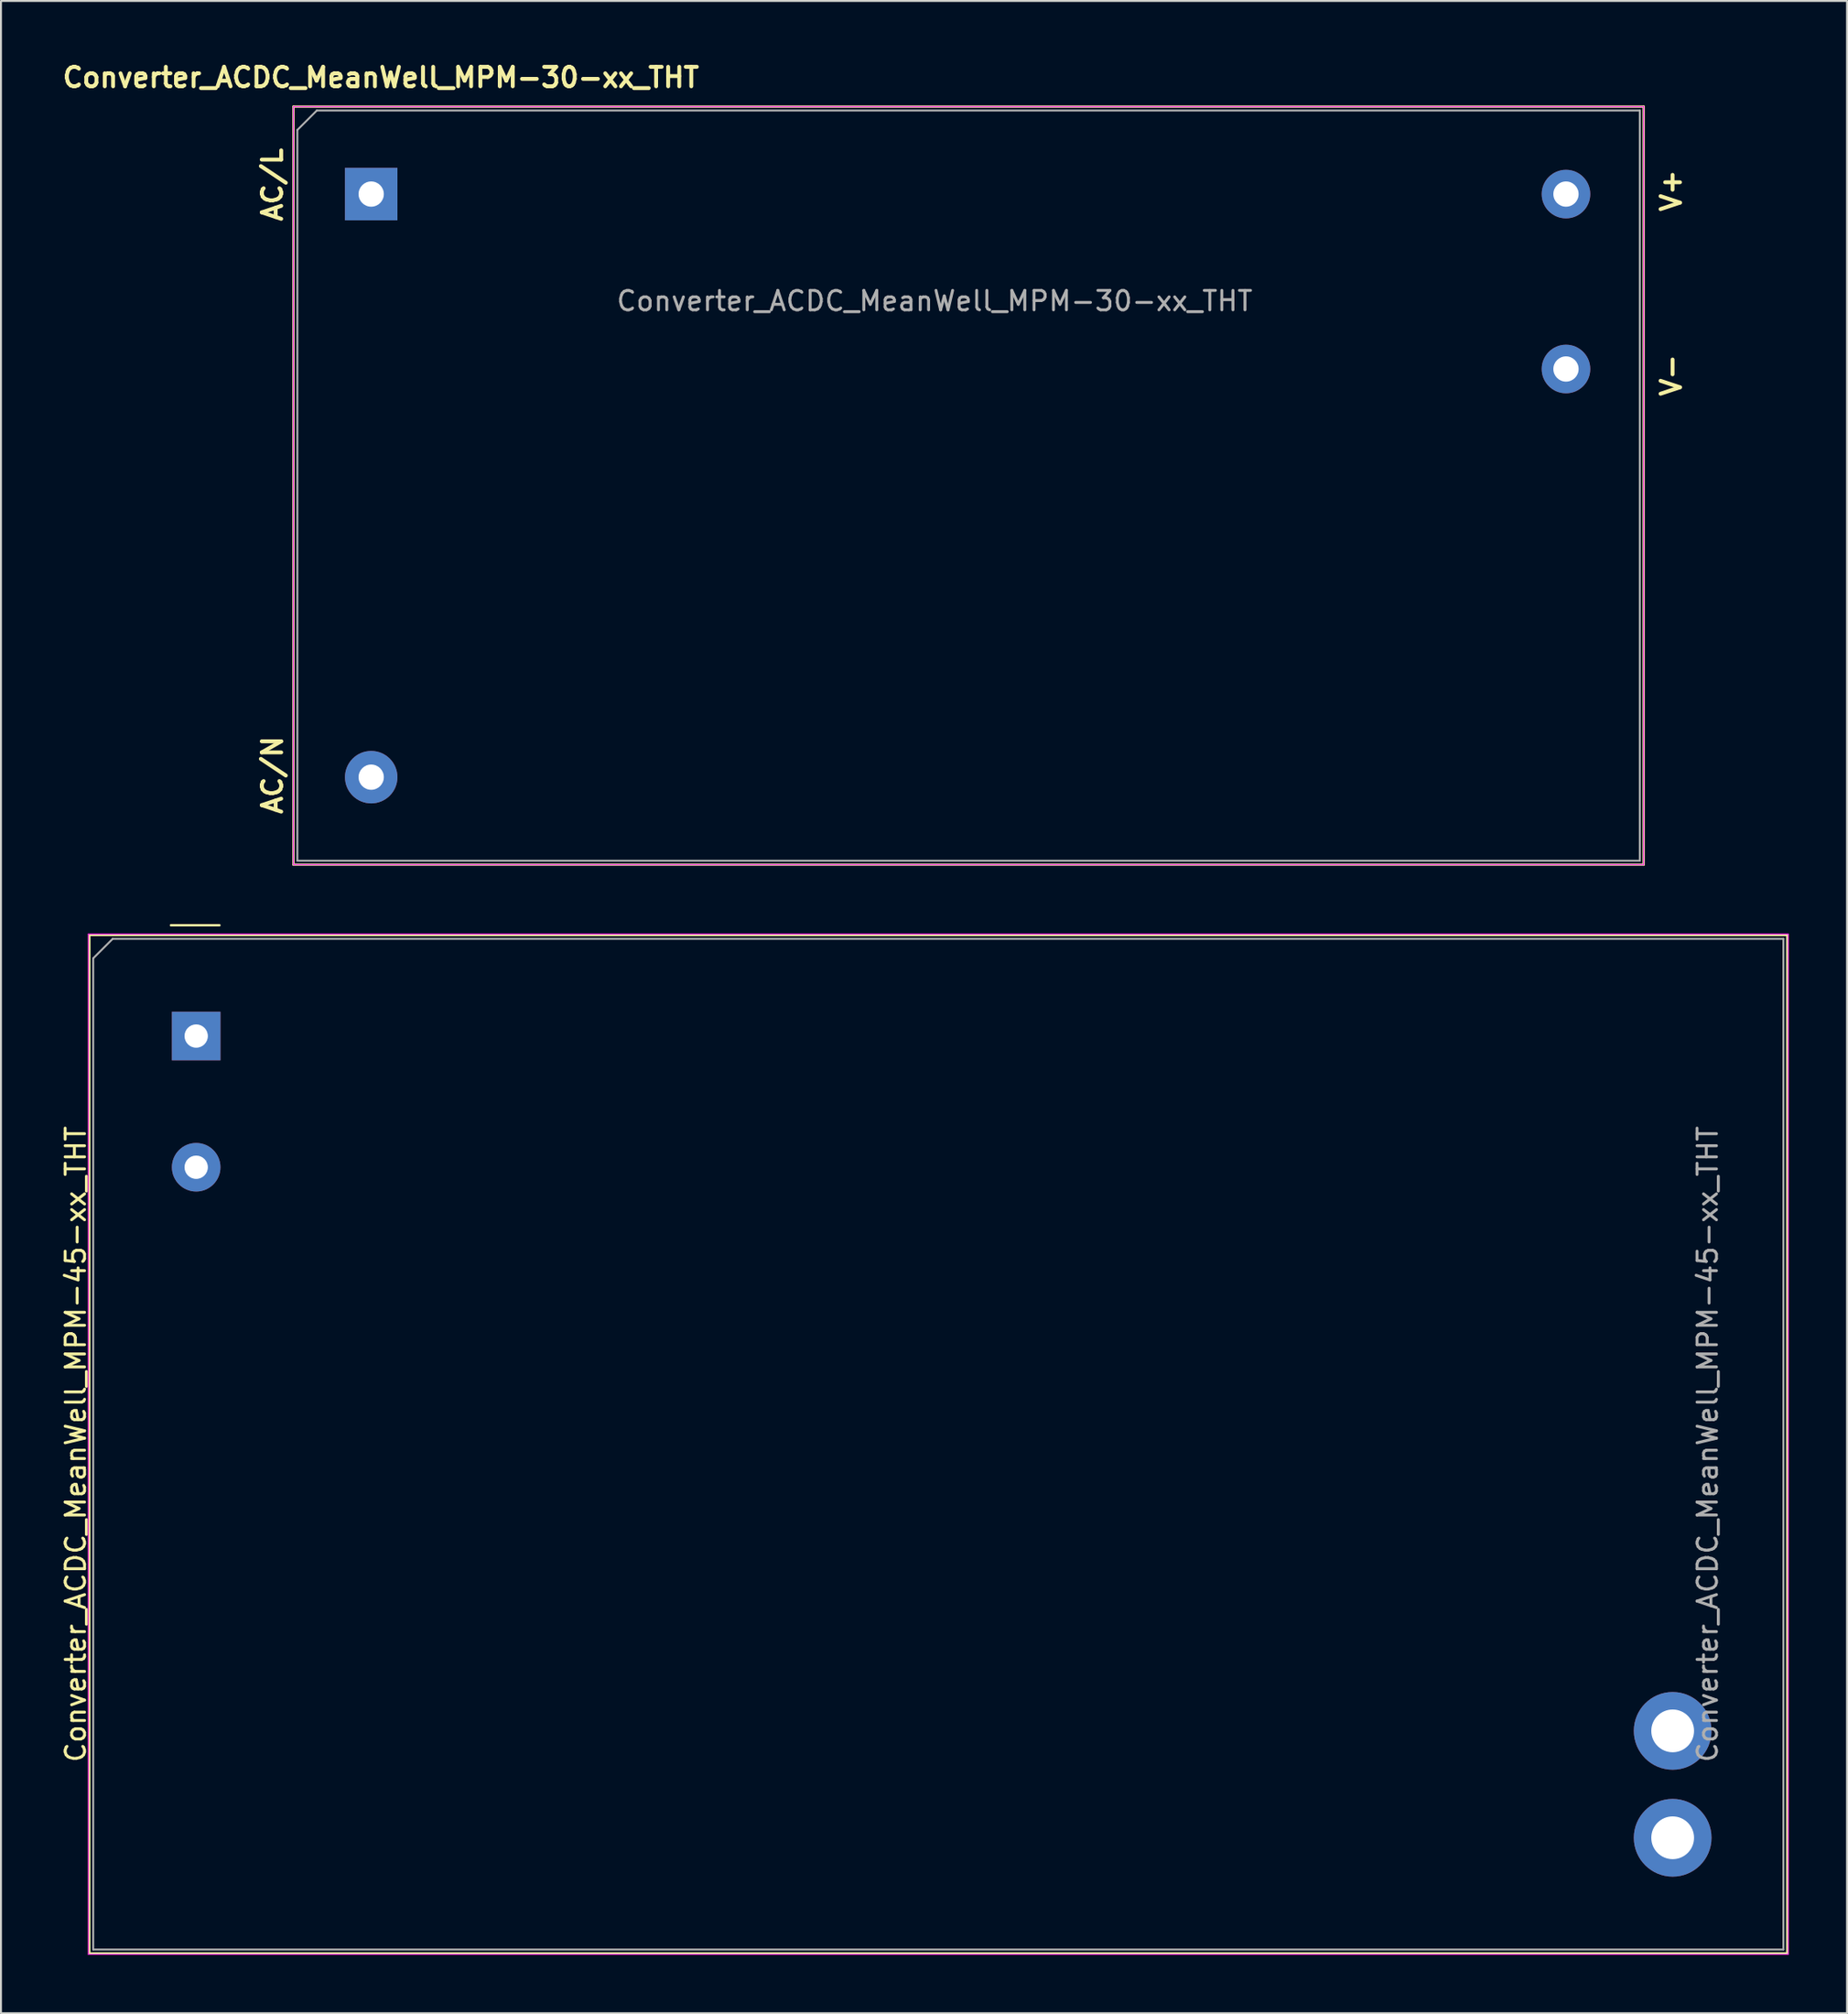
<source format=kicad_pcb>
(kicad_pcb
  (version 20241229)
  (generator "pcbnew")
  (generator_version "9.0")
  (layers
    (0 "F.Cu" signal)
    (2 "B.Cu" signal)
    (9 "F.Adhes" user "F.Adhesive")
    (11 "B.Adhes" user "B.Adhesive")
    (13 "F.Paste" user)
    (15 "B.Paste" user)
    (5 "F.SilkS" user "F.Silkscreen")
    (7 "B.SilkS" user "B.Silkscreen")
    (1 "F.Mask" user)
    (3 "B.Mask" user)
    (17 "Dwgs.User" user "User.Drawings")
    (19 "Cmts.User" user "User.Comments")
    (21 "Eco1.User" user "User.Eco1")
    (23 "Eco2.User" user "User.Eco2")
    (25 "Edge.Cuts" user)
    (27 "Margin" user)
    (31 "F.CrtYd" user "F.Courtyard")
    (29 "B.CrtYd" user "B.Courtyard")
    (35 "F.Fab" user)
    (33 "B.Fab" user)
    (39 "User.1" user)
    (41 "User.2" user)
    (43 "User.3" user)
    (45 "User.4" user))
  (footprint "Converter_ACDC_MeanWell_MPM-30-xx_THT"
    (layer "F.Cu")
    (at 12.057 2.436)
    (property "Reference" "Converter_ACDC_MeanWell_MPM-30-xx_THT" (at 4.5 -1.5 180) (layer "F.SilkS") (effects (font (size 1 1) (thickness 0.2) (bold yes))))
    (attr through_hole)
    (fp_line (start 0 0) (end 0 39) (stroke (width 0.12) (type solid)) (layer "F.SilkS"))
    (fp_line (start 0 39) (end 69.5 39) (stroke (width 0.12) (type solid)) (layer "F.SilkS"))
    (fp_line (start 69.5 0) (end 0 0) (stroke (width 0.12) (type solid)) (layer "F.SilkS"))
    (fp_line (start 69.5 39) (end 69.5 0) (stroke (width 0.12) (type solid)) (layer "F.SilkS"))
    (fp_line (start 0 0) (end 69.5 0) (stroke (width 0.05) (type solid)) (layer "F.CrtYd"))
    (fp_line (start 0 39) (end 0 0) (stroke (width 0.05) (type solid)) (layer "F.CrtYd"))
    (fp_line (start 69.5 0) (end 69.5 39) (stroke (width 0.05) (type solid)) (layer "F.CrtYd"))
    (fp_line (start 69.5 39) (end 0 39) (stroke (width 0.05) (type solid)) (layer "F.CrtYd"))
    (fp_line (start 0.2 1.2) (end 1.2 0.2) (stroke (width 0.1) (type solid)) (layer "F.Fab"))
    (fp_line (start 0.2 38.8) (end 0.2 1.2) (stroke (width 0.1) (type solid)) (layer "F.Fab"))
    (fp_line (start 0.2 38.8) (end 69.3 38.8) (stroke (width 0.1) (type solid)) (layer "F.Fab"))
    (fp_line (start 1.2 0.2) (end 69.3 0.2) (stroke (width 0.1) (type solid)) (layer "F.Fab"))
    (fp_line (start 69.3 38.8) (end 69.3 0.2) (stroke (width 0.1) (type solid)) (layer "F.Fab"))
    (fp_text user "AC/L" (at -0.5 6 90) (unlocked yes) (layer "F.SilkS") (effects (font (size 1 1) (thickness 0.2) (bold yes)) (justify left bottom)))
    (fp_text user "V-" (at 71.5 15 90) (unlocked yes) (layer "F.SilkS") (effects (font (size 1 1) (thickness 0.2) (bold yes)) (justify left bottom)))
    (fp_text user "AC/N" (at -0.5 36.5 90) (unlocked yes) (layer "F.SilkS") (effects (font (size 1 1) (thickness 0.2) (bold yes)) (justify left bottom)))
    (fp_text user "V+" (at 71.5 5.5 90) (unlocked yes) (layer "F.SilkS") (effects (font (size 1 1) (thickness 0.2) (bold yes)) (justify left bottom)))
    (fp_text user "${REFERENCE}" (at 33 10 0) (layer "F.Fab") (effects (font (size 1 1) (thickness 0.15))))
    (pad "1" thru_hole rect (at 4 4.5) (size 2.7 2.7) (drill 1.3) (layers "*.Cu" "*.Mask"))
    (pad "2" thru_hole circle (at 4 34.5) (size 2.7 2.7) (drill 1.3) (layers "*.Cu" "*.Mask"))
    (pad "3" thru_hole circle (at 65.5 13.5) (size 2.5 2.5) (drill 1.3) (layers "*.Cu" "*.Mask"))
    (pad "4" thru_hole circle (at 65.5 4.5) (size 2.5 2.5) (drill 1.3) (layers "*.Cu" "*.Mask")))
  (footprint "Converter_ACDC_MeanWell_MPM-45-xx_THT"
    (layer "F.Cu")
    (at 7.048 50.256)
    (property "Reference" "Converter_ACDC_MeanWell_MPM-45-xx_THT" (at -6.2 21 90) (layer "F.SilkS") (effects (font (size 1 1) (thickness 0.15))))
    (attr through_hole)
    (fp_line (start -5.5 -5.2) (end -5.5 47.2) (stroke (width 0.12) (type solid)) (layer "F.SilkS"))
    (fp_line (start -5.5 47.2) (end 81.9 47.2) (stroke (width 0.12) (type solid)) (layer "F.SilkS"))
    (fp_line (start -1.3 -5.7) (end 1.2 -5.7) (stroke (width 0.12) (type solid)) (layer "F.SilkS"))
    (fp_line (start 81.9 -5.2) (end -5.5 -5.2) (stroke (width 0.12) (type solid)) (layer "F.SilkS"))
    (fp_line (start 81.9 47.2) (end 81.9 -5.2) (stroke (width 0.12) (type solid)) (layer "F.SilkS"))
    (fp_line (start -5.55 -5.25) (end 81.95 -5.25) (stroke (width 0.05) (type solid)) (layer "F.CrtYd"))
    (fp_line (start -5.55 47.25) (end -5.55 -5.25) (stroke (width 0.05) (type solid)) (layer "F.CrtYd"))
    (fp_line (start 81.95 -5.25) (end 81.95 47.25) (stroke (width 0.05) (type solid)) (layer "F.CrtYd"))
    (fp_line (start 81.95 47.25) (end -5.55 47.25) (stroke (width 0.05) (type solid)) (layer "F.CrtYd"))
    (fp_line (start -5.3 -4) (end -4.3 -5) (stroke (width 0.1) (type solid)) (layer "F.Fab"))
    (fp_line (start -5.3 47) (end -5.3 -4) (stroke (width 0.1) (type solid)) (layer "F.Fab"))
    (fp_line (start -5.3 47) (end 81.7 47) (stroke (width 0.1) (type solid)) (layer "F.Fab"))
    (fp_line (start -4.3 -5) (end 81.7 -5) (stroke (width 0.1) (type solid)) (layer "F.Fab"))
    (fp_line (start 81.7 47) (end 81.7 -5) (stroke (width 0.1) (type solid)) (layer "F.Fab"))
    (fp_text user "${REFERENCE}" (at 77.8 21 90) (layer "F.Fab") (effects (font (size 1 1) (thickness 0.15))))
    (pad "1" thru_hole rect (at 0 0) (size 2.5 2.5) (drill 1.2) (layers "*.Cu" "*.Mask"))
    (pad "2" thru_hole circle (at 0 6.75) (size 2.5 2.5) (drill 1.2) (layers "*.Cu" "*.Mask"))
    (pad "3" thru_hole circle (at 76 41.25) (size 4 4) (drill 2.2) (layers "*.Cu" "*.Mask"))
    (pad "4" thru_hole circle (at 76 35.75) (size 4 4) (drill 2.2) (layers "*.Cu" "*.Mask")))
  (gr_rect
    (start -3 -3)
    (end 92.023 100.531)
    (stroke (width 0.1) (type default))
    (fill no)
    (layer "Edge.Cuts")))
</source>
